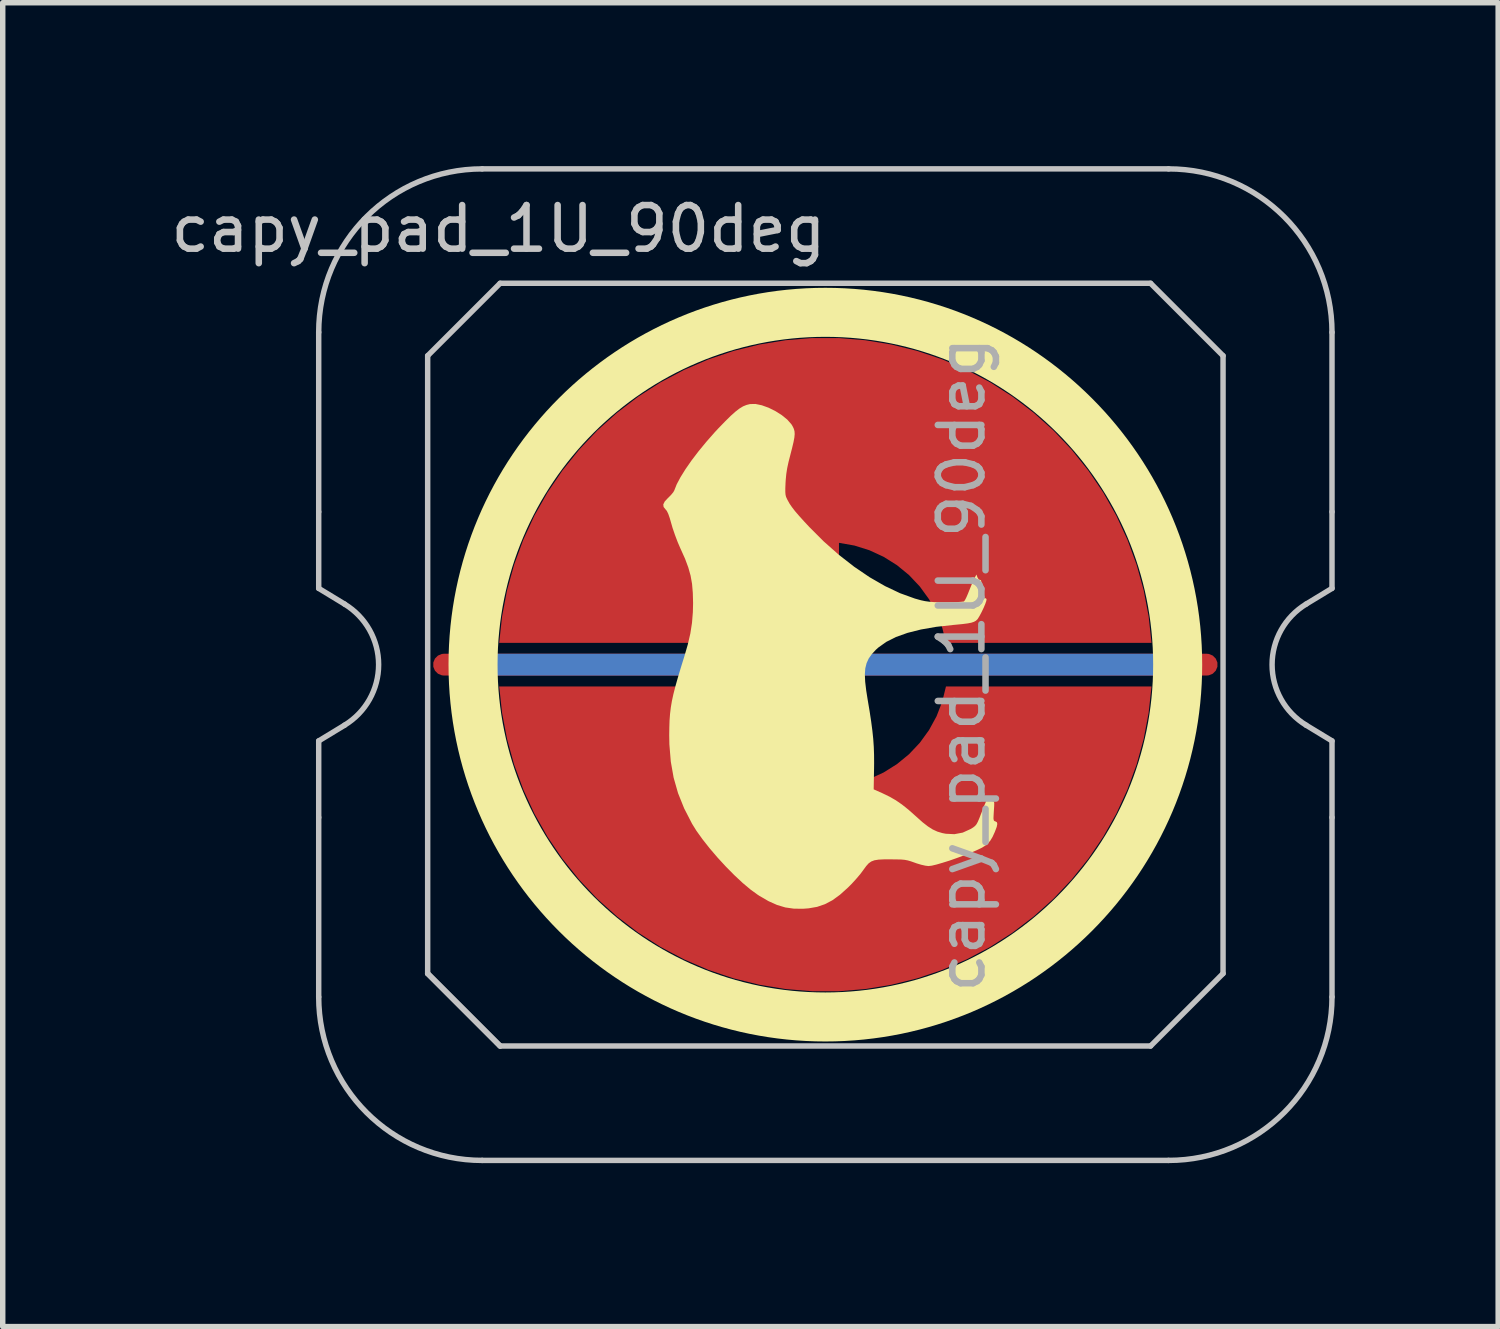
<source format=kicad_pcb>
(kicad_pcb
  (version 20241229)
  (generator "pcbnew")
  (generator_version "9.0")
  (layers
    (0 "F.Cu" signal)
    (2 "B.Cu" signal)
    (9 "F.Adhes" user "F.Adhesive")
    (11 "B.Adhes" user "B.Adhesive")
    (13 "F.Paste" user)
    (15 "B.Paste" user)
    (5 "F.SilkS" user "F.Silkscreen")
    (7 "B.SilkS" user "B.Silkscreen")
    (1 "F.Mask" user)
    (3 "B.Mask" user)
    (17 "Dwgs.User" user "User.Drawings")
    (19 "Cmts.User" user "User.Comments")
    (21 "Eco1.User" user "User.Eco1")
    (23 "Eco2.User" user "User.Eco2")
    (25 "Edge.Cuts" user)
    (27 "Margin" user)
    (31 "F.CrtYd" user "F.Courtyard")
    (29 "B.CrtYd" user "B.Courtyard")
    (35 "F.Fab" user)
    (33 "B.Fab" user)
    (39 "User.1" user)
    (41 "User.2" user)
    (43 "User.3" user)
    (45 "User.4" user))
  (footprint "capy_pad_1U_90deg"
    (layer "F.Cu")
    (at 12.1 9.15)
    (property "Reference" "capy_pad_1U_90deg" (at -6 -8 0) (layer "Dwgs.User") (effects (font (size 0.8 0.8) (thickness 0.12))))
    (attr smd)
    (fp_circle (center 0 0) (end 0 6.467) (stroke (width 0.9) (type solid)) (fill no) (layer "F.SilkS"))
    (fp_poly (pts (xy -2.949 -2.994) (xy -2.889 -3.059) (xy -2.883 -3.064) (xy -2.831 -3.117) (xy -2.79 -3.167) (xy -2.772 -3.2) (xy -2.729 -3.309) (xy -2.66 -3.439) (xy -2.568 -3.587) (xy -2.457 -3.747) (xy -2.328 -3.916) (xy -2.185 -4.09) (xy -2.032 -4.264) (xy -1.967 -4.334) (xy -1.843 -4.462) (xy -1.74 -4.564) (xy -1.653 -4.642) (xy -1.578 -4.7) (xy -1.511 -4.741) (xy -1.447 -4.767) (xy -1.383 -4.783) (xy -1.283 -4.785) (xy -1.167 -4.761) (xy -1.042 -4.716) (xy -0.917 -4.654) (xy -0.8 -4.58) (xy -0.699 -4.498) (xy -0.623 -4.412) (xy -0.598 -4.37) (xy -0.578 -4.327) (xy -0.566 -4.282) (xy -0.563 -4.231) (xy -0.569 -4.167) (xy -0.585 -4.083) (xy -0.611 -3.974) (xy -0.64 -3.861) (xy -0.676 -3.72) (xy -0.701 -3.604) (xy -0.717 -3.5) (xy -0.727 -3.398) (xy -0.731 -3.334) (xy -0.735 -3.237) (xy -0.735 -3.169) (xy -0.731 -3.119) (xy -0.721 -3.079) (xy -0.703 -3.039) (xy -0.691 -3.016) (xy -0.657 -2.955) (xy -0.613 -2.891) (xy -0.557 -2.818) (xy -0.484 -2.733) (xy -0.391 -2.63) (xy -0.296 -2.528) (xy -0.029 -2.261) (xy 0.248 -2.016) (xy 0.529 -1.797) (xy 0.812 -1.605) (xy 1.095 -1.442) (xy 1.372 -1.311) (xy 1.643 -1.213) (xy 1.754 -1.182) (xy 1.829 -1.166) (xy 1.907 -1.155) (xy 1.998 -1.148) (xy 2.112 -1.145) (xy 2.213 -1.145) (xy 2.32 -1.146) (xy 2.415 -1.148) (xy 2.489 -1.153) (xy 2.535 -1.158) (xy 2.545 -1.161) (xy 2.563 -1.185) (xy 2.589 -1.236) (xy 2.619 -1.306) (xy 2.636 -1.349) (xy 2.67 -1.433) (xy 2.702 -1.511) (xy 2.729 -1.571) (xy 2.738 -1.588) (xy 2.773 -1.654) (xy 2.793 -1.6) (xy 2.815 -1.564) (xy 2.839 -1.556) (xy 2.857 -1.547) (xy 2.867 -1.504) (xy 2.867 -1.433) (xy 2.858 -1.336) (xy 2.852 -1.293) (xy 2.847 -1.246) (xy 2.856 -1.226) (xy 2.888 -1.221) (xy 2.904 -1.221) (xy 2.946 -1.218) (xy 2.959 -1.202) (xy 2.954 -1.168) (xy 2.935 -1.114) (xy 2.905 -1.042) (xy 2.868 -0.965) (xy 2.831 -0.895) (xy 2.8 -0.844) (xy 2.789 -0.83) (xy 2.762 -0.805) (xy 2.727 -0.786) (xy 2.679 -0.77) (xy 2.612 -0.757) (xy 2.519 -0.745) (xy 2.395 -0.733) (xy 2.353 -0.729) (xy 2.035 -0.694) (xy 1.754 -0.645) (xy 1.508 -0.583) (xy 1.295 -0.507) (xy 1.117 -0.417) (xy 0.97 -0.312) (xy 0.925 -0.271) (xy 0.852 -0.192) (xy 0.796 -0.113) (xy 0.757 -0.028) (xy 0.733 0.068) (xy 0.725 0.18) (xy 0.731 0.314) (xy 0.75 0.475) (xy 0.775 0.633) (xy 0.812 0.853) (xy 0.841 1.044) (xy 0.863 1.212) (xy 0.879 1.364) (xy 0.889 1.51) (xy 0.894 1.655) (xy 0.895 1.808) (xy 0.894 1.902) (xy 0.887 2.289) (xy 1.047 2.36) (xy 1.177 2.423) (xy 1.294 2.49) (xy 1.407 2.568) (xy 1.526 2.663) (xy 1.659 2.781) (xy 1.668 2.789) (xy 1.783 2.892) (xy 1.882 2.969) (xy 1.97 3.025) (xy 2.057 3.065) (xy 2.148 3.092) (xy 2.21 3.104) (xy 2.368 3.112) (xy 2.522 3.083) (xy 2.667 3.017) (xy 2.667 3.017) (xy 2.714 2.988) (xy 2.748 2.961) (xy 2.774 2.93) (xy 2.799 2.884) (xy 2.827 2.818) (xy 2.856 2.743) (xy 2.89 2.656) (xy 2.921 2.578) (xy 2.946 2.52) (xy 2.96 2.492) (xy 2.987 2.457) (xy 3.01 2.451) (xy 3.021 2.474) (xy 3.021 2.477) (xy 3.038 2.501) (xy 3.064 2.506) (xy 3.083 2.508) (xy 3.095 2.518) (xy 3.1 2.543) (xy 3.099 2.592) (xy 3.094 2.67) (xy 3.093 2.686) (xy 3.088 2.771) (xy 3.086 2.824) (xy 3.091 2.855) (xy 3.101 2.87) (xy 3.12 2.877) (xy 3.148 2.892) (xy 3.156 2.924) (xy 3.146 2.977) (xy 3.116 3.057) (xy 3.112 3.068) (xy 3.069 3.162) (xy 3.029 3.229) (xy 2.984 3.281) (xy 2.926 3.328) (xy 2.92 3.332) (xy 2.861 3.367) (xy 2.772 3.409) (xy 2.663 3.455) (xy 2.538 3.504) (xy 2.407 3.552) (xy 2.276 3.598) (xy 2.151 3.637) (xy 2.041 3.669) (xy 1.953 3.69) (xy 1.893 3.697) (xy 1.892 3.697) (xy 1.835 3.69) (xy 1.756 3.672) (xy 1.67 3.646) (xy 1.643 3.636) (xy 1.572 3.611) (xy 1.514 3.594) (xy 1.457 3.583) (xy 1.391 3.577) (xy 1.305 3.575) (xy 1.211 3.574) (xy 1.078 3.574) (xy 0.977 3.579) (xy 0.901 3.591) (xy 0.843 3.613) (xy 0.795 3.647) (xy 0.75 3.697) (xy 0.7 3.765) (xy 0.696 3.771) (xy 0.64 3.846) (xy 0.565 3.934) (xy 0.483 4.024) (xy 0.416 4.091) (xy 0.268 4.224) (xy 0.129 4.325) (xy -0.008 4.397) (xy -0.151 4.446) (xy -0.306 4.473) (xy -0.412 4.481) (xy -0.579 4.479) (xy -0.734 4.457) (xy -0.885 4.412) (xy -1.042 4.342) (xy -1.211 4.244) (xy -1.246 4.221) (xy -1.375 4.127) (xy -1.519 4.006) (xy -1.671 3.864) (xy -1.827 3.706) (xy -1.98 3.54) (xy -2.125 3.37) (xy -2.256 3.204) (xy -2.369 3.046) (xy -2.447 2.92) (xy -2.592 2.638) (xy -2.704 2.359) (xy -2.785 2.075) (xy -2.837 1.78) (xy -2.863 1.465) (xy -2.866 1.296) (xy -2.864 1.154) (xy -2.86 1.026) (xy -2.851 0.906) (xy -2.837 0.789) (xy -2.817 0.669) (xy -2.789 0.54) (xy -2.752 0.396) (xy -2.706 0.233) (xy -2.649 0.043) (xy -2.59 -0.146) (xy -2.525 -0.37) (xy -2.478 -0.573) (xy -2.448 -0.767) (xy -2.432 -0.963) (xy -2.428 -1.13) (xy -2.433 -1.318) (xy -2.447 -1.483) (xy -2.474 -1.635) (xy -2.516 -1.784) (xy -2.575 -1.943) (xy -2.655 -2.121) (xy -2.662 -2.136) (xy -2.711 -2.25) (xy -2.761 -2.382) (xy -2.805 -2.511) (xy -2.824 -2.577) (xy -2.856 -2.689) (xy -2.884 -2.769) (xy -2.91 -2.822) (xy -2.932 -2.848) (xy -2.969 -2.894) (xy -2.975 -2.941)) (stroke (width 0) (type solid)) (fill yes) (layer "F.SilkS"))
    (fp_line (start -9.3 -2.805) (end -9.3 -6.1) (stroke (width 0.1) (type solid)) (layer "Dwgs.User"))
    (fp_line (start -9.3 -1.4) (end -9.3 -2.805) (stroke (width 0.1) (type solid)) (layer "Dwgs.User"))
    (fp_line (start -9.3 1.4) (end -8.824 1.111) (stroke (width 0.1) (type solid)) (layer "Dwgs.User"))
    (fp_line (start -9.3 2.805) (end -9.3 1.4) (stroke (width 0.1) (type solid)) (layer "Dwgs.User"))
    (fp_line (start -9.3 6.1) (end -9.3 2.805) (stroke (width 0.1) (type solid)) (layer "Dwgs.User"))
    (fp_line (start -8.824 -1.111) (end -9.3 -1.4) (stroke (width 0.1) (type solid)) (layer "Dwgs.User"))
    (fp_line (start -7.3 -5.67) (end -5.97 -7) (stroke (width 0.1) (type solid)) (layer "Dwgs.User"))
    (fp_line (start -7.3 5.67) (end -7.3 -5.67) (stroke (width 0.1) (type solid)) (layer "Dwgs.User"))
    (fp_line (start -7.3 5.67) (end -5.97 7) (stroke (width 0.1) (type solid)) (layer "Dwgs.User"))
    (fp_line (start -6.3 -9.1) (end 6.3 -9.1) (stroke (width 0.1) (type solid)) (layer "Dwgs.User"))
    (fp_line (start -5.97 -7) (end 5.97 -7) (stroke (width 0.1) (type solid)) (layer "Dwgs.User"))
    (fp_line (start -5.97 7) (end -7.3 5.67) (stroke (width 0.1) (type solid)) (layer "Dwgs.User"))
    (fp_line (start 5.97 -7) (end 7.3 -5.67) (stroke (width 0.1) (type solid)) (layer "Dwgs.User"))
    (fp_line (start 5.97 7) (end -5.97 7) (stroke (width 0.1) (type solid)) (layer "Dwgs.User"))
    (fp_line (start 6.3 9.1) (end -6.3 9.1) (stroke (width 0.1) (type solid)) (layer "Dwgs.User"))
    (fp_line (start 7.3 -5.67) (end 7.3 5.67) (stroke (width 0.1) (type solid)) (layer "Dwgs.User"))
    (fp_line (start 7.3 5.67) (end 5.97 7) (stroke (width 0.1) (type solid)) (layer "Dwgs.User"))
    (fp_line (start 8.824 1.111) (end 9.3 1.4) (stroke (width 0.1) (type solid)) (layer "Dwgs.User"))
    (fp_line (start 9.3 -6.1) (end 9.3 -2.805) (stroke (width 0.1) (type solid)) (layer "Dwgs.User"))
    (fp_line (start 9.3 -2.805) (end 9.3 -1.4) (stroke (width 0.1) (type solid)) (layer "Dwgs.User"))
    (fp_line (start 9.3 -1.4) (end 8.824 -1.111) (stroke (width 0.1) (type solid)) (layer "Dwgs.User"))
    (fp_line (start 9.3 1.4) (end 9.3 2.805) (stroke (width 0.1) (type solid)) (layer "Dwgs.User"))
    (fp_line (start 9.3 2.805) (end 9.3 6.1) (stroke (width 0.1) (type solid)) (layer "Dwgs.User"))
    (fp_arc (start -9.3 -6.1) (mid -8.42132 -8.22132) (end -6.3 -9.1) (stroke (width 0.1) (type solid)) (layer "Dwgs.User"))
    (fp_arc (start -8.824333 -1.110619) (mid -8.2 0) (end -8.824333 1.110619) (stroke (width 0.1) (type solid)) (layer "Dwgs.User"))
    (fp_arc (start -6.3 9.1) (mid -8.42132 8.22132) (end -9.3 6.1) (stroke (width 0.1) (type solid)) (layer "Dwgs.User"))
    (fp_arc (start 6.3 -9.1) (mid 8.42132 -8.22132) (end 9.3 -6.1) (stroke (width 0.1) (type solid)) (layer "Dwgs.User"))
    (fp_arc (start 8.824333 1.110619) (mid 8.2 0) (end 8.824333 -1.110619) (stroke (width 0.1) (type solid)) (layer "Dwgs.User"))
    (fp_arc (start 9.3 6.1) (mid 8.42132 8.22132) (end 6.3 9.1) (stroke (width 0.1) (type solid)) (layer "Dwgs.User"))
    (fp_text user "${REFERENCE}" (at 2.5 0 270) (layer "F.Fab") (effects (font (size 0.8 0.8) (thickness 0.12))))
    (pad "1" smd custom (at 0 -1 270) (size 0.4 0.4) (layers "F.Cu") (options (anchor circle)) (primitives (gr_poly (pts (xy 0.6 -2.214) (xy 0.32 -2.145) (xy 0.052 -2.041) (xy -0.201 -1.903) (xy -0.434 -1.734) (xy -0.644 -1.536) (xy -0.826 -1.314) (xy -0.979 -1.07) (xy -1.1 -0.808) (xy -1.186 -0.534) (xy -1.236 -0.25) (xy 0 -0.25) (xy 0.096 -0.231) (xy 0.177 -0.177) (xy 0.231 -0.096) (xy 0.25 0) (xy 0.231 0.096) (xy 0.177 0.177) (xy 0.096 0.231) (xy 0 0.25) (xy -1.236 0.25) (xy -1.186 0.534) (xy -1.1 0.808) (xy -0.979 1.07) (xy -0.826 1.314) (xy -0.644 1.536) (xy -0.434 1.734) (xy -0.201 1.903) (xy 0.052 2.041) (xy 0.32 2.145) (xy 0.6 2.214) (xy 0.6 5.987) (xy 0.115 5.934) (xy -0.364 5.843) (xy -0.834 5.713) (xy -1.292 5.545) (xy -1.735 5.341) (xy -2.159 5.101) (xy -2.563 4.827) (xy -2.943 4.522) (xy -3.298 4.187) (xy -3.623 3.824) (xy -3.919 3.436) (xy -4.182 3.025) (xy -4.41 2.594) (xy -4.603 2.147) (xy -4.759 1.684) (xy -4.876 1.211) (xy -4.955 0.73) (xy -4.995 0.244) (xy -4.995 -0.244) (xy -4.955 -0.73) (xy -4.876 -1.211) (xy -4.759 -1.684) (xy -4.603 -2.147) (xy -4.41 -2.594) (xy -4.182 -3.025) (xy -3.919 -3.436) (xy -3.623 -3.824) (xy -3.298 -4.187) (xy -2.943 -4.522) (xy -2.563 -4.827) (xy -2.159 -5.101) (xy -1.735 -5.341) (xy -1.292 -5.545) (xy -0.834 -5.713) (xy -0.364 -5.843) (xy 0.115 -5.934) (xy 0.6 -5.987)) (width 0) (fill yes))))
    (pad "2" smd custom (at 0 1 90) (size 0.4 0.4) (layers "F.Cu") (options (anchor circle)) (primitives (gr_poly (pts (xy 0.6 -2.214) (xy 0.32 -2.145) (xy 0.052 -2.041) (xy -0.201 -1.903) (xy -0.434 -1.734) (xy -0.644 -1.536) (xy -0.826 -1.314) (xy -0.979 -1.07) (xy -1.1 -0.808) (xy -1.186 -0.534) (xy -1.236 -0.25) (xy 0 -0.25) (xy 0.096 -0.231) (xy 0.177 -0.177) (xy 0.231 -0.096) (xy 0.25 0) (xy 0.231 0.096) (xy 0.177 0.177) (xy 0.096 0.231) (xy 0 0.25) (xy -1.236 0.25) (xy -1.186 0.534) (xy -1.1 0.808) (xy -0.979 1.07) (xy -0.826 1.314) (xy -0.644 1.536) (xy -0.434 1.734) (xy -0.201 1.903) (xy 0.052 2.041) (xy 0.32 2.145) (xy 0.6 2.214) (xy 0.6 5.987) (xy 0.115 5.934) (xy -0.364 5.843) (xy -0.834 5.713) (xy -1.292 5.545) (xy -1.735 5.341) (xy -2.159 5.101) (xy -2.563 4.827) (xy -2.943 4.522) (xy -3.298 4.187) (xy -3.623 3.824) (xy -3.919 3.436) (xy -4.182 3.025) (xy -4.41 2.594) (xy -4.603 2.147) (xy -4.759 1.684) (xy -4.876 1.211) (xy -4.955 0.73) (xy -4.995 0.244) (xy -4.995 -0.244) (xy -4.955 -0.73) (xy -4.876 -1.211) (xy -4.759 -1.684) (xy -4.603 -2.147) (xy -4.41 -2.594) (xy -4.182 -3.025) (xy -3.919 -3.436) (xy -3.623 -3.824) (xy -3.298 -4.187) (xy -2.943 -4.522) (xy -2.563 -4.827) (xy -2.159 -5.101) (xy -1.735 -5.341) (xy -1.292 -5.545) (xy -0.834 -5.713) (xy -0.364 -5.843) (xy 0.115 -5.934) (xy 0.6 -5.987)) (width 0) (fill yes))))
    (pad "3" smd custom (at 0 0 270) (size 0.4 0.4) (layers "F.Cu") (options (anchor rect)) (primitives (gr_line (start 0 -7) (end 0 7) (width 0.4))))
    (pad "3" smd custom (at 0 0 270) (size 0.4 0.4) (layers "B.Cu") (options (anchor rect)) (primitives (gr_line (start 0 -6.5) (end 0 6.5) (width 0.4))))
    (zone (net_name "") (layer "F.Cu") (hatch edge 0.508) (connect_pads) (min_thickness 0.254) (filled_areas_thickness no) (keepout (tracks allowed) (vias allowed) (pads allowed) (copperpour not_allowed) (footprints allowed)) (placement (enabled no)) (fill) (polygon (pts (xy 19.105 9.15) (xy 19.086 8.637) (xy 19.03 8.127) (xy 18.936 7.622) (xy 18.806 7.125) (xy 18.64 6.64) (xy 18.438 6.167) (xy 18.203 5.711) (xy 17.935 5.274) (xy 17.635 4.857) (xy 17.306 4.463) (xy 16.948 4.094) (xy 16.565 3.753) (xy 16.158 3.44) (xy 15.729 3.158) (xy 15.28 2.909) (xy 14.815 2.692) (xy 14.334 2.511) (xy 13.842 2.365) (xy 13.34 2.256) (xy 12.832 2.183) (xy 12.32 2.149) (xy 11.807 2.151) (xy 11.295 2.192) (xy 10.787 2.269) (xy 10.287 2.384) (xy 9.796 2.535) (xy 9.318 2.721) (xy 8.855 2.942) (xy 8.409 3.197) (xy 7.983 3.483) (xy 7.579 3.8) (xy 7.199 4.145) (xy 6.846 4.518) (xy 6.52 4.915) (xy 6.225 5.335) (xy 5.962 5.775) (xy 5.731 6.234) (xy 5.534 6.708) (xy 5.373 7.196) (xy 5.248 7.694) (xy 5.16 8.199) (xy 5.109 8.71) (xy 5.095 9.223) (xy 5.12 9.736) (xy 5.181 10.246) (xy 5.28 10.75) (xy 5.416 11.245) (xy 5.587 11.729) (xy 5.793 12.199) (xy 6.034 12.652) (xy 6.306 13.087) (xy 6.61 13.501) (xy 6.944 13.891) (xy 7.305 14.256) (xy 7.692 14.594) (xy 8.102 14.902) (xy 8.534 15.179) (xy 8.985 15.424) (xy 9.453 15.636) (xy 9.935 15.812) (xy 10.429 15.953) (xy 10.932 16.057) (xy 11.441 16.124) (xy 11.953 16.153) (xy 12.467 16.145) (xy 12.978 16.1) (xy 13.485 16.017) (xy 13.984 15.897) (xy 14.473 15.741) (xy 14.949 15.549) (xy 15.41 15.323) (xy 15.853 15.064) (xy 16.277 14.774) (xy 16.677 14.453) (xy 17.053 14.103) (xy 17.403 13.727) (xy 17.724 13.326) (xy 18.014 12.903) (xy 18.273 12.46) (xy 18.499 11.999) (xy 18.691 11.523) (xy 18.847 11.034) (xy 18.967 10.535) (xy 19.05 10.028) (xy 19.095 9.517))))
    (zone (net_name "") (layer "B.Cu") (hatch edge 0.508) (connect_pads) (min_thickness 0.254) (filled_areas_thickness no) (keepout (tracks allowed) (vias allowed) (pads allowed) (copperpour not_allowed) (footprints allowed)) (placement (enabled no)) (fill) (polygon (pts (xy 18.658 9.15) (xy 18.638 8.635) (xy 18.578 8.124) (xy 18.477 7.619) (xy 18.337 7.123) (xy 18.159 6.64) (xy 17.943 6.173) (xy 17.692 5.723) (xy 17.406 5.295) (xy 17.087 4.891) (xy 16.737 4.513) (xy 16.359 4.163) (xy 15.955 3.844) (xy 15.527 3.558) (xy 15.077 3.307) (xy 14.61 3.091) (xy 14.127 2.913) (xy 13.631 2.773) (xy 13.126 2.672) (xy 12.615 2.612) (xy 12.1 2.592) (xy 11.585 2.612) (xy 11.074 2.672) (xy 10.569 2.773) (xy 10.073 2.913) (xy 9.59 3.091) (xy 9.123 3.307) (xy 8.673 3.558) (xy 8.245 3.844) (xy 7.841 4.163) (xy 7.463 4.513) (xy 7.113 4.891) (xy 6.794 5.295) (xy 6.508 5.723) (xy 6.257 6.173) (xy 6.041 6.64) (xy 5.863 7.123) (xy 5.723 7.619) (xy 5.622 8.124) (xy 5.562 8.635) (xy 5.542 9.15) (xy 5.562 9.665) (xy 5.622 10.176) (xy 5.723 10.681) (xy 5.863 11.177) (xy 6.041 11.66) (xy 6.257 12.127) (xy 6.508 12.577) (xy 6.794 13.005) (xy 7.113 13.409) (xy 7.463 13.787) (xy 7.841 14.137) (xy 8.245 14.456) (xy 8.673 14.742) (xy 9.123 14.993) (xy 9.59 15.209) (xy 10.073 15.387) (xy 10.569 15.527) (xy 11.074 15.628) (xy 11.585 15.688) (xy 12.1 15.708) (xy 12.615 15.688) (xy 13.126 15.628) (xy 13.631 15.527) (xy 14.127 15.387) (xy 14.61 15.209) (xy 15.077 14.993) (xy 15.527 14.742) (xy 15.955 14.456) (xy 16.359 14.137) (xy 16.737 13.787) (xy 17.087 13.409) (xy 17.406 13.005) (xy 17.692 12.577) (xy 17.943 12.127) (xy 18.159 11.66) (xy 18.337 11.177) (xy 18.477 10.681) (xy 18.578 10.176) (xy 18.638 9.665)))))
  (gr_rect
    (start -3 -3)
    (end 24.45 21.3)
    (stroke (width 0.1) (type default))
    (fill no)
    (layer "Edge.Cuts")))
</source>
